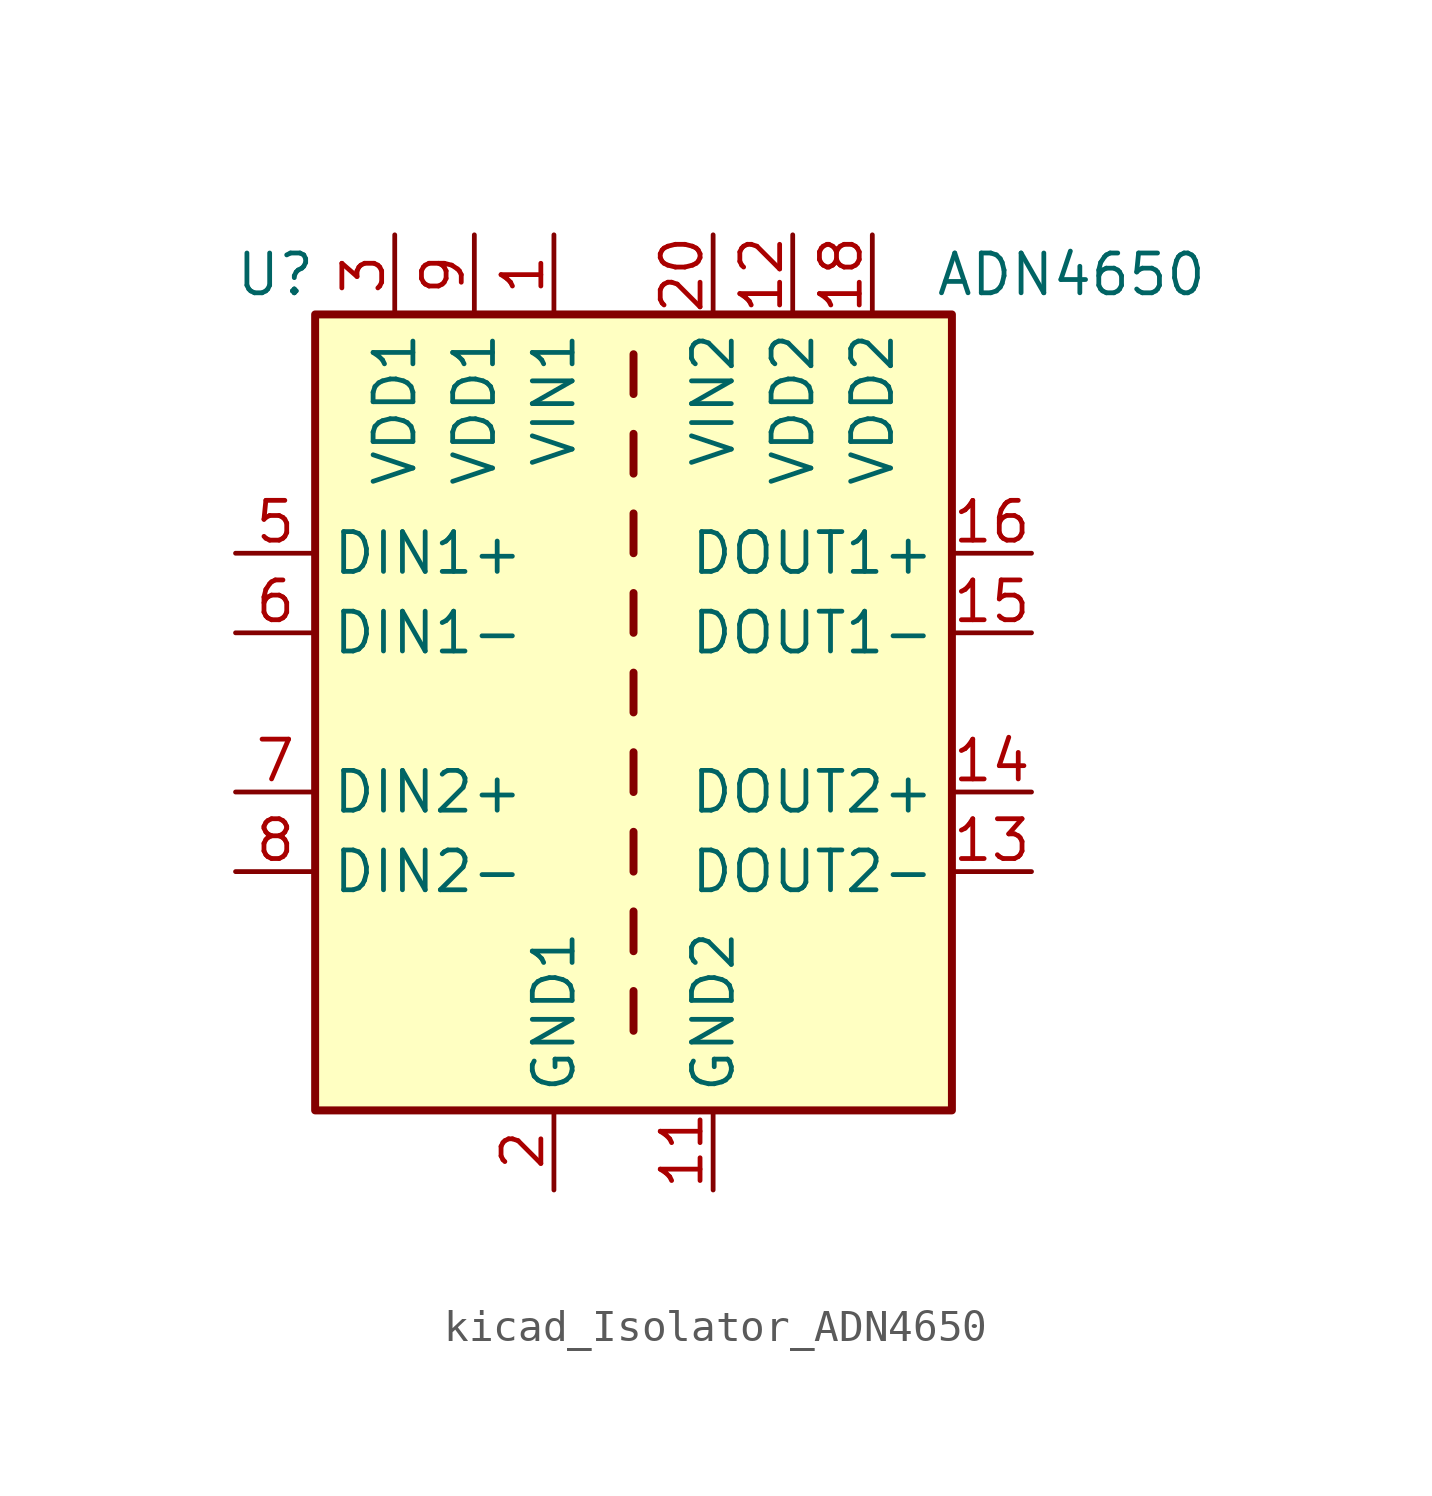
<source format=kicad_sym>
(kicad_symbol_lib
  (version 20220914)
  (generator kicad_symbol_editor)
  (symbol "kicad_Isolator_ADN4650"
    (property "Reference" "U"
      (at -11.43 13.97 0)
      (effects (font (size 1.27 1.27))))
    (property "Value" "ADN4650"
      (at 13.97 13.97 0)
      (effects (font (size 1.27 1.27))))
    (symbol "kicad_Isolator_ADN4650_0_0"
      (pin power_in line (at 5.08 15.24 270) (length 2.54) (name "VDD2" (effects (font (size 1.27 1.27)))) (number "12" (effects (font (size 1.27 1.27)))))
      (pin power_in line (at -5.08 15.24 270) (length 2.54) (name "VDD1" (effects (font (size 1.27 1.27)))) (number "9" (effects (font (size 1.27 1.27))))))
    (symbol "kicad_Isolator_ADN4650_0_1"
      (rectangle (start -10.16 12.7) (end 10.16 -12.7) (stroke (width 0.254) (type default)) (fill (type background)))
      (polyline (pts (xy 0 -8.89) (xy 0 -10.16)) (stroke (width 0.254) (type default)) (fill (type none)))
      (polyline (pts (xy 0 -6.35) (xy 0 -7.62)) (stroke (width 0.254) (type default)) (fill (type none)))
      (polyline (pts (xy 0 -3.81) (xy 0 -5.08)) (stroke (width 0.254) (type default)) (fill (type none)))
      (polyline (pts (xy 0 -1.27) (xy 0 -2.54)) (stroke (width 0.254) (type default)) (fill (type none)))
      (polyline (pts (xy 0 1.27) (xy 0 0)) (stroke (width 0.254) (type default)) (fill (type none)))
      (polyline (pts (xy 0 3.81) (xy 0 2.54)) (stroke (width 0.254) (type default)) (fill (type none)))
      (polyline (pts (xy 0 6.35) (xy 0 5.08)) (stroke (width 0.254) (type default)) (fill (type none)))
      (polyline (pts (xy 0 8.89) (xy 0 7.62)) (stroke (width 0.254) (type default)) (fill (type none)))
      (polyline (pts (xy 0 11.43) (xy 0 10.16)) (stroke (width 0.254) (type default)) (fill (type none))))
    (symbol "kicad_Isolator_ADN4650_1_1"
      (pin power_in line (at -2.54 15.24 270) (length 2.54) (name "VIN1" (effects (font (size 1.27 1.27)))) (number "1" (effects (font (size 1.27 1.27)))))
      (pin passive line (at -2.54 -15.24 90) (length 2.54) hide (name "GND1" (effects (font (size 1.27 1.27)))) (number "10" (effects (font (size 1.27 1.27)))))
      (pin power_in line (at 2.54 -15.24 90) (length 2.54) (name "GND2" (effects (font (size 1.27 1.27)))) (number "11" (effects (font (size 1.27 1.27)))))
      (pin output line (at 12.7 -5.08 180) (length 2.54) (name "DOUT2-" (effects (font (size 1.27 1.27)))) (number "13" (effects (font (size 1.27 1.27)))))
      (pin output line (at 12.7 -2.54 180) (length 2.54) (name "DOUT2+" (effects (font (size 1.27 1.27)))) (number "14" (effects (font (size 1.27 1.27)))))
      (pin output line (at 12.7 2.54 180) (length 2.54) (name "DOUT1-" (effects (font (size 1.27 1.27)))) (number "15" (effects (font (size 1.27 1.27)))))
      (pin output line (at 12.7 5.08 180) (length 2.54) (name "DOUT1+" (effects (font (size 1.27 1.27)))) (number "16" (effects (font (size 1.27 1.27)))))
      (pin passive line (at 2.54 -15.24 90) (length 2.54) hide (name "GND2" (effects (font (size 1.27 1.27)))) (number "17" (effects (font (size 1.27 1.27)))))
      (pin power_in line (at 7.62 15.24 270) (length 2.54) (name "VDD2" (effects (font (size 1.27 1.27)))) (number "18" (effects (font (size 1.27 1.27)))))
      (pin passive line (at 2.54 -15.24 90) (length 2.54) hide (name "GND2" (effects (font (size 1.27 1.27)))) (number "19" (effects (font (size 1.27 1.27)))))
      (pin power_in line (at -2.54 -15.24 90) (length 2.54) (name "GND1" (effects (font (size 1.27 1.27)))) (number "2" (effects (font (size 1.27 1.27)))))
      (pin power_in line (at 2.54 15.24 270) (length 2.54) (name "VIN2" (effects (font (size 1.27 1.27)))) (number "20" (effects (font (size 1.27 1.27)))))
      (pin power_in line (at -7.62 15.24 270) (length 2.54) (name "VDD1" (effects (font (size 1.27 1.27)))) (number "3" (effects (font (size 1.27 1.27)))))
      (pin passive line (at -2.54 -15.24 90) (length 2.54) hide (name "GND1" (effects (font (size 1.27 1.27)))) (number "4" (effects (font (size 1.27 1.27)))))
      (pin input line (at -12.7 5.08 0) (length 2.54) (name "DIN1+" (effects (font (size 1.27 1.27)))) (number "5" (effects (font (size 1.27 1.27)))))
      (pin input line (at -12.7 2.54 0) (length 2.54) (name "DIN1-" (effects (font (size 1.27 1.27)))) (number "6" (effects (font (size 1.27 1.27)))))
      (pin input line (at -12.7 -2.54 0) (length 2.54) (name "DIN2+" (effects (font (size 1.27 1.27)))) (number "7" (effects (font (size 1.27 1.27)))))
      (pin input line (at -12.7 -5.08 0) (length 2.54) (name "DIN2-" (effects (font (size 1.27 1.27)))) (number "8" (effects (font (size 1.27 1.27))))))))
</source>
